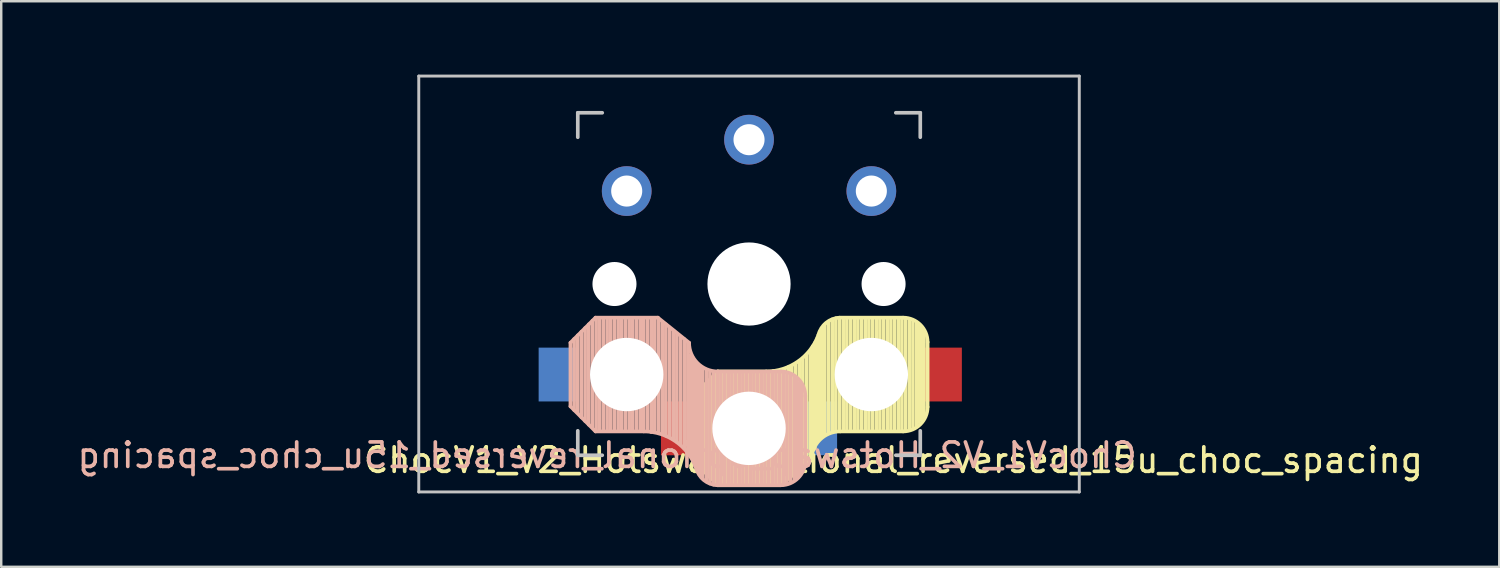
<source format=kicad_pcb>
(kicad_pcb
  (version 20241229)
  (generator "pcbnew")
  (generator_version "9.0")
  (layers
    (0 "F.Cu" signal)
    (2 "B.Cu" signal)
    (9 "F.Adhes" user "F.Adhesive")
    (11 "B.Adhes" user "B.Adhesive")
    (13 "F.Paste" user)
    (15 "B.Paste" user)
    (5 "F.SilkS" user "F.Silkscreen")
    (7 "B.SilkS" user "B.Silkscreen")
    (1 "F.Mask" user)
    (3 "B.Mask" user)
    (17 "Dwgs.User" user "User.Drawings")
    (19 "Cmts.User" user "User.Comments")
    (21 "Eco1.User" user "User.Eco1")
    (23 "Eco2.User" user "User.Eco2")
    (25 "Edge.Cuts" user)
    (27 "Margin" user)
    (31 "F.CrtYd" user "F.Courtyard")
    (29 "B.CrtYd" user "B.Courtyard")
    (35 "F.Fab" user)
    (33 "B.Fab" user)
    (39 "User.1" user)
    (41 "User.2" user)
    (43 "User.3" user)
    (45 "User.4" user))
  (footprint "ChocV1_V2_Hotswap_optional_reversed_15u_choc_spacing"
    (layer "F.Cu")
    (at 27.568 8.56)
    (property "Reference" "ChocV1_V2_Hotswap_optional_reversed_15u_choc_spacing" (at -5.8 7 0) (unlocked yes) (layer "B.SilkS") (effects (font (size 1 1) (thickness 0.15)) (justify mirror)))
    (attr through_hole)
    (fp_line (start -2.3 4.6) (end -1.275 3.575) (stroke (width 0.15) (type solid)) (layer "F.SilkS"))
    (fp_line (start -2.3 7.2) (end -2.3 4.6) (stroke (width 0.15) (type solid)) (layer "F.SilkS"))
    (fp_line (start -2.3 7.2) (end -1.275 8.225) (stroke (width 0.15) (type solid)) (layer "F.SilkS"))
    (fp_line (start -2.15 4.45) (end -2.15 7.35) (stroke (width 0.15) (type solid)) (layer "F.SilkS"))
    (fp_line (start -2 4.35) (end -2 7.5) (stroke (width 0.15) (type solid)) (layer "F.SilkS"))
    (fp_line (start -1.85 4.15) (end -1.85 7.65) (stroke (width 0.15) (type solid)) (layer "F.SilkS"))
    (fp_line (start -1.7 4) (end -1.7 7.8) (stroke (width 0.15) (type solid)) (layer "F.SilkS"))
    (fp_line (start -1.55 3.85) (end -1.55 7.95) (stroke (width 0.15) (type solid)) (layer "F.SilkS"))
    (fp_line (start -1.4 3.75) (end -1.4 8.1) (stroke (width 0.15) (type solid)) (layer "F.SilkS"))
    (fp_line (start -1.25 3.6) (end -1.25 8.2) (stroke (width 0.15) (type solid)) (layer "F.SilkS"))
    (fp_line (start -1.1 3.6) (end -1.1 8.2) (stroke (width 0.15) (type solid)) (layer "F.SilkS"))
    (fp_line (start -0.95 3.6) (end -0.95 8.2) (stroke (width 0.15) (type solid)) (layer "F.SilkS"))
    (fp_line (start -0.8 3.6) (end -0.8 8.2) (stroke (width 0.15) (type solid)) (layer "F.SilkS"))
    (fp_line (start -0.65 3.6) (end -0.65 8.2) (stroke (width 0.15) (type solid)) (layer "F.SilkS"))
    (fp_line (start -0.5 3.6) (end -0.5 8.2) (stroke (width 0.15) (type solid)) (layer "F.SilkS"))
    (fp_line (start -0.35 3.6) (end -0.35 8.2) (stroke (width 0.15) (type solid)) (layer "F.SilkS"))
    (fp_line (start -0.2 3.6) (end -0.2 8.2) (stroke (width 0.15) (type solid)) (layer "F.SilkS"))
    (fp_line (start -0.05 3.6) (end -0.05 8.2) (stroke (width 0.15) (type solid)) (layer "F.SilkS"))
    (fp_line (start 0.1 3.6) (end 0.1 8.2) (stroke (width 0.15) (type solid)) (layer "F.SilkS"))
    (fp_line (start 0.25 3.6) (end 0.25 8.2) (stroke (width 0.15) (type solid)) (layer "F.SilkS"))
    (fp_line (start 0.4 3.6) (end 0.4 8.2) (stroke (width 0.15) (type solid)) (layer "F.SilkS"))
    (fp_line (start 0.55 3.6) (end 0.55 8.2) (stroke (width 0.15) (type solid)) (layer "F.SilkS"))
    (fp_line (start 0.7 3.575) (end -1.275 3.575) (stroke (width 0.15) (type solid)) (layer "F.SilkS"))
    (fp_line (start 0.7 3.6) (end 0.7 8.2) (stroke (width 0.15) (type solid)) (layer "F.SilkS"))
    (fp_line (start 0.85 3.6) (end 0.85 8.15) (stroke (width 0.15) (type solid)) (layer "F.SilkS"))
    (fp_line (start 1 3.55) (end 1 8.2) (stroke (width 0.15) (type solid)) (layer "F.SilkS"))
    (fp_line (start 1.15 3.55) (end 1.15 8.2) (stroke (width 0.15) (type solid)) (layer "F.SilkS"))
    (fp_line (start 1.275 8.225) (end -1.275 8.225) (stroke (width 0.15) (type solid)) (layer "F.SilkS"))
    (fp_line (start 1.275 8.225) (end 2.55 7.2) (stroke (width 0.15) (type solid)) (layer "F.SilkS"))
    (fp_line (start 1.3 3.55) (end 1.3 8.15) (stroke (width 0.15) (type solid)) (layer "F.SilkS"))
    (fp_line (start 1.45 3.5) (end 1.45 8.05) (stroke (width 0.15) (type solid)) (layer "F.SilkS"))
    (fp_line (start 1.6 3.4) (end 1.6 7.95) (stroke (width 0.15) (type solid)) (layer "F.SilkS"))
    (fp_line (start 1.75 3.35) (end 1.75 7.8) (stroke (width 0.15) (type solid)) (layer "F.SilkS"))
    (fp_line (start 1.9 3.25) (end 1.9 7.7) (stroke (width 0.15) (type solid)) (layer "F.SilkS"))
    (fp_line (start 2.05 3.15) (end 2.05 7.55) (stroke (width 0.15) (type solid)) (layer "F.SilkS"))
    (fp_line (start 2.2 3.05) (end 2.2 7.45) (stroke (width 0.15) (type solid)) (layer "F.SilkS"))
    (fp_line (start 2.35 2.9) (end 2.35 7.35) (stroke (width 0.15) (type solid)) (layer "F.SilkS"))
    (fp_line (start 2.5 2.75) (end 2.5 7.2) (stroke (width 0.15) (type solid)) (layer "F.SilkS"))
    (fp_line (start 2.6 2.55) (end 2.6 6.7) (stroke (width 0.15) (type solid)) (layer "F.SilkS"))
    (fp_line (start 2.7 2.4) (end 2.7 6.55) (stroke (width 0.15) (type solid)) (layer "F.SilkS"))
    (fp_line (start 2.8 2.2) (end 2.8 6.35) (stroke (width 0.15) (type solid)) (layer "F.SilkS"))
    (fp_line (start 2.9 2.05) (end 2.9 6.25) (stroke (width 0.15) (type solid)) (layer "F.SilkS"))
    (fp_line (start 3 1.8) (end 3 6.2) (stroke (width 0.15) (type solid)) (layer "F.SilkS"))
    (fp_line (start 3.1 1.65) (end 3.1 6.15) (stroke (width 0.15) (type solid)) (layer "F.SilkS"))
    (fp_line (start 3.25 1.55) (end 3.25 6.1) (stroke (width 0.15) (type solid)) (layer "F.SilkS"))
    (fp_line (start 3.4 1.45) (end 3.4 6) (stroke (width 0.15) (type solid)) (layer "F.SilkS"))
    (fp_line (start 3.55 1.4) (end 3.55 6) (stroke (width 0.15) (type solid)) (layer "F.SilkS"))
    (fp_line (start 3.7 1.4) (end 3.7 6) (stroke (width 0.15) (type solid)) (layer "F.SilkS"))
    (fp_line (start 3.85 1.4) (end 3.85 5.95) (stroke (width 0.15) (type solid)) (layer "F.SilkS"))
    (fp_line (start 4 1.4) (end 4 6) (stroke (width 0.15) (type solid)) (layer "F.SilkS"))
    (fp_line (start 4.15 1.4) (end 4.15 6) (stroke (width 0.15) (type solid)) (layer "F.SilkS"))
    (fp_line (start 4.3 1.4) (end 4.3 6) (stroke (width 0.15) (type solid)) (layer "F.SilkS"))
    (fp_line (start 4.45 1.4) (end 4.45 6) (stroke (width 0.15) (type solid)) (layer "F.SilkS"))
    (fp_line (start 4.6 1.4) (end 4.6 6) (stroke (width 0.15) (type solid)) (layer "F.SilkS"))
    (fp_line (start 4.75 1.4) (end 4.75 6) (stroke (width 0.15) (type solid)) (layer "F.SilkS"))
    (fp_line (start 4.9 1.4) (end 4.9 6) (stroke (width 0.15) (type solid)) (layer "F.SilkS"))
    (fp_line (start 5.05 1.4) (end 5.05 6) (stroke (width 0.15) (type solid)) (layer "F.SilkS"))
    (fp_line (start 5.2 1.4) (end 5.2 6) (stroke (width 0.15) (type solid)) (layer "F.SilkS"))
    (fp_line (start 5.35 1.4) (end 5.35 6) (stroke (width 0.15) (type solid)) (layer "F.SilkS"))
    (fp_line (start 5.5 1.4) (end 5.5 6) (stroke (width 0.15) (type solid)) (layer "F.SilkS"))
    (fp_line (start 5.65 1.4) (end 5.65 6) (stroke (width 0.15) (type solid)) (layer "F.SilkS"))
    (fp_line (start 5.8 1.4) (end 5.8 6) (stroke (width 0.15) (type solid)) (layer "F.SilkS"))
    (fp_line (start 5.95 1.4) (end 5.95 6) (stroke (width 0.15) (type solid)) (layer "F.SilkS"))
    (fp_line (start 6.1 1.4) (end 6.1 6) (stroke (width 0.15) (type solid)) (layer "F.SilkS"))
    (fp_line (start 6.25 1.4) (end 6.25 6) (stroke (width 0.15) (type solid)) (layer "F.SilkS"))
    (fp_line (start 6.3 1.375) (end 3.7 1.375) (stroke (width 0.15) (type solid)) (layer "F.SilkS"))
    (fp_line (start 6.3 6.025) (end 3.725 6.025) (stroke (width 0.15) (type solid)) (layer "F.SilkS"))
    (fp_line (start 6.4 1.4) (end 6.4 5.95) (stroke (width 0.15) (type solid)) (layer "F.SilkS"))
    (fp_line (start 6.55 1.45) (end 6.55 5.95) (stroke (width 0.15) (type solid)) (layer "F.SilkS"))
    (fp_line (start 6.7 1.5) (end 6.7 5.9) (stroke (width 0.15) (type solid)) (layer "F.SilkS"))
    (fp_line (start 6.85 1.6) (end 6.85 5.8) (stroke (width 0.15) (type solid)) (layer "F.SilkS"))
    (fp_line (start 6.95 1.7) (end 6.95 5.65) (stroke (width 0.15) (type solid)) (layer "F.SilkS"))
    (fp_line (start 7.05 1.8) (end 7.05 5.55) (stroke (width 0.15) (type solid)) (layer "F.SilkS"))
    (fp_line (start 7.15 1.95) (end 7.15 5.5) (stroke (width 0.15) (type solid)) (layer "F.SilkS"))
    (fp_line (start 7.3 5.025) (end 7.3 2.375) (stroke (width 0.15) (type solid)) (layer "F.SilkS"))
    (fp_arc (start 2.55 7.2) (mid 2.89415 6.36915) (end 3.725 6.025) (stroke (width 0.15) (type solid)) (layer "F.SilkS"))
    (fp_arc (start 2.837801 2.078096) (mid 2.004887 3.163571) (end 0.7 3.575) (stroke (width 0.15) (type solid)) (layer "F.SilkS"))
    (fp_arc (start 2.837801 2.078096) (mid 3.151716 1.583979) (end 3.699005 1.376209) (stroke (width 0.15) (type solid)) (layer "F.SilkS"))
    (fp_arc (start 6.3 1.375) (mid 7.007107 1.667893) (end 7.3 2.375) (stroke (width 0.15) (type solid)) (layer "F.SilkS"))
    (fp_arc (start 7.3 5.025) (mid 7.007107 5.732107) (end 6.3 6.025) (stroke (width 0.15) (type solid)) (layer "F.SilkS"))
    (fp_line (start -7.3 2.4) (end -7.3 5) (stroke (width 0.15) (type solid)) (layer "B.SilkS"))
    (fp_line (start -7.3 2.4) (end -6.275 1.375) (stroke (width 0.15) (type solid)) (layer "B.SilkS"))
    (fp_line (start -7.3 5) (end -6.275 6.025) (stroke (width 0.15) (type solid)) (layer "B.SilkS"))
    (fp_line (start -7.15 5.15) (end -7.15 2.25) (stroke (width 0.15) (type solid)) (layer "B.SilkS"))
    (fp_line (start -7 5.25) (end -7 2.1) (stroke (width 0.15) (type solid)) (layer "B.SilkS"))
    (fp_line (start -6.85 5.45) (end -6.85 1.95) (stroke (width 0.15) (type solid)) (layer "B.SilkS"))
    (fp_line (start -6.7 5.6) (end -6.7 1.8) (stroke (width 0.15) (type solid)) (layer "B.SilkS"))
    (fp_line (start -6.55 5.75) (end -6.55 1.65) (stroke (width 0.15) (type solid)) (layer "B.SilkS"))
    (fp_line (start -6.4 5.85) (end -6.4 1.5) (stroke (width 0.15) (type solid)) (layer "B.SilkS"))
    (fp_line (start -6.25 6) (end -6.25 1.4) (stroke (width 0.15) (type solid)) (layer "B.SilkS"))
    (fp_line (start -6.1 6) (end -6.1 1.4) (stroke (width 0.15) (type solid)) (layer "B.SilkS"))
    (fp_line (start -5.95 6) (end -5.95 1.4) (stroke (width 0.15) (type solid)) (layer "B.SilkS"))
    (fp_line (start -5.8 6) (end -5.8 1.4) (stroke (width 0.15) (type solid)) (layer "B.SilkS"))
    (fp_line (start -5.65 6) (end -5.65 1.4) (stroke (width 0.15) (type solid)) (layer "B.SilkS"))
    (fp_line (start -5.5 6) (end -5.5 1.4) (stroke (width 0.15) (type solid)) (layer "B.SilkS"))
    (fp_line (start -5.35 6) (end -5.35 1.4) (stroke (width 0.15) (type solid)) (layer "B.SilkS"))
    (fp_line (start -5.2 6) (end -5.2 1.4) (stroke (width 0.15) (type solid)) (layer "B.SilkS"))
    (fp_line (start -5.05 6) (end -5.05 1.4) (stroke (width 0.15) (type solid)) (layer "B.SilkS"))
    (fp_line (start -4.9 6) (end -4.9 1.4) (stroke (width 0.15) (type solid)) (layer "B.SilkS"))
    (fp_line (start -4.75 6) (end -4.75 1.4) (stroke (width 0.15) (type solid)) (layer "B.SilkS"))
    (fp_line (start -4.6 6) (end -4.6 1.4) (stroke (width 0.15) (type solid)) (layer "B.SilkS"))
    (fp_line (start -4.45 6) (end -4.45 1.4) (stroke (width 0.15) (type solid)) (layer "B.SilkS"))
    (fp_line (start -4.3 6) (end -4.3 1.4) (stroke (width 0.15) (type solid)) (layer "B.SilkS"))
    (fp_line (start -4.3 6.025) (end -6.275 6.025) (stroke (width 0.15) (type solid)) (layer "B.SilkS"))
    (fp_line (start -4.15 6) (end -4.15 1.45) (stroke (width 0.15) (type solid)) (layer "B.SilkS"))
    (fp_line (start -4 6.05) (end -4 1.4) (stroke (width 0.15) (type solid)) (layer "B.SilkS"))
    (fp_line (start -3.85 6.05) (end -3.85 1.4) (stroke (width 0.15) (type solid)) (layer "B.SilkS"))
    (fp_line (start -3.725 1.375) (end -6.275 1.375) (stroke (width 0.15) (type solid)) (layer "B.SilkS"))
    (fp_line (start -3.725 1.375) (end -2.45 2.4) (stroke (width 0.15) (type solid)) (layer "B.SilkS"))
    (fp_line (start -3.7 6.05) (end -3.7 1.45) (stroke (width 0.15) (type solid)) (layer "B.SilkS"))
    (fp_line (start -3.55 6.1) (end -3.55 1.55) (stroke (width 0.15) (type solid)) (layer "B.SilkS"))
    (fp_line (start -3.4 6.2) (end -3.4 1.65) (stroke (width 0.15) (type solid)) (layer "B.SilkS"))
    (fp_line (start -3.25 6.25) (end -3.25 1.8) (stroke (width 0.15) (type solid)) (layer "B.SilkS"))
    (fp_line (start -3.1 6.35) (end -3.1 1.9) (stroke (width 0.15) (type solid)) (layer "B.SilkS"))
    (fp_line (start -2.95 6.45) (end -2.95 2.05) (stroke (width 0.15) (type solid)) (layer "B.SilkS"))
    (fp_line (start -2.8 6.55) (end -2.8 2.15) (stroke (width 0.15) (type solid)) (layer "B.SilkS"))
    (fp_line (start -2.65 6.7) (end -2.65 2.25) (stroke (width 0.15) (type solid)) (layer "B.SilkS"))
    (fp_line (start -2.5 6.85) (end -2.5 2.4) (stroke (width 0.15) (type solid)) (layer "B.SilkS"))
    (fp_line (start -2.4 7.05) (end -2.4 2.9) (stroke (width 0.15) (type solid)) (layer "B.SilkS"))
    (fp_line (start -2.3 7.2) (end -2.3 3.05) (stroke (width 0.15) (type solid)) (layer "B.SilkS"))
    (fp_line (start -2.2 7.4) (end -2.2 3.25) (stroke (width 0.15) (type solid)) (layer "B.SilkS"))
    (fp_line (start -2.1 7.55) (end -2.1 3.35) (stroke (width 0.15) (type solid)) (layer "B.SilkS"))
    (fp_line (start -2 7.8) (end -2 3.4) (stroke (width 0.15) (type solid)) (layer "B.SilkS"))
    (fp_line (start -1.9 7.95) (end -1.9 3.45) (stroke (width 0.15) (type solid)) (layer "B.SilkS"))
    (fp_line (start -1.75 8.05) (end -1.75 3.5) (stroke (width 0.15) (type solid)) (layer "B.SilkS"))
    (fp_line (start -1.6 8.15) (end -1.6 3.6) (stroke (width 0.15) (type solid)) (layer "B.SilkS"))
    (fp_line (start -1.45 8.2) (end -1.45 3.6) (stroke (width 0.15) (type solid)) (layer "B.SilkS"))
    (fp_line (start -1.3 8.2) (end -1.3 3.6) (stroke (width 0.15) (type solid)) (layer "B.SilkS"))
    (fp_line (start -1.15 8.2) (end -1.15 3.65) (stroke (width 0.15) (type solid)) (layer "B.SilkS"))
    (fp_line (start -1 8.2) (end -1 3.6) (stroke (width 0.15) (type solid)) (layer "B.SilkS"))
    (fp_line (start -0.85 8.2) (end -0.85 3.6) (stroke (width 0.15) (type solid)) (layer "B.SilkS"))
    (fp_line (start -0.7 8.2) (end -0.7 3.6) (stroke (width 0.15) (type solid)) (layer "B.SilkS"))
    (fp_line (start -0.55 8.2) (end -0.55 3.6) (stroke (width 0.15) (type solid)) (layer "B.SilkS"))
    (fp_line (start -0.4 8.2) (end -0.4 3.6) (stroke (width 0.15) (type solid)) (layer "B.SilkS"))
    (fp_line (start -0.25 8.2) (end -0.25 3.6) (stroke (width 0.15) (type solid)) (layer "B.SilkS"))
    (fp_line (start -0.1 8.2) (end -0.1 3.6) (stroke (width 0.15) (type solid)) (layer "B.SilkS"))
    (fp_line (start 0.05 8.2) (end 0.05 3.6) (stroke (width 0.15) (type solid)) (layer "B.SilkS"))
    (fp_line (start 0.2 8.2) (end 0.2 3.6) (stroke (width 0.15) (type solid)) (layer "B.SilkS"))
    (fp_line (start 0.35 8.2) (end 0.35 3.6) (stroke (width 0.15) (type solid)) (layer "B.SilkS"))
    (fp_line (start 0.5 8.2) (end 0.5 3.6) (stroke (width 0.15) (type solid)) (layer "B.SilkS"))
    (fp_line (start 0.65 8.2) (end 0.65 3.6) (stroke (width 0.15) (type solid)) (layer "B.SilkS"))
    (fp_line (start 0.8 8.2) (end 0.8 3.6) (stroke (width 0.15) (type solid)) (layer "B.SilkS"))
    (fp_line (start 0.95 8.2) (end 0.95 3.6) (stroke (width 0.15) (type solid)) (layer "B.SilkS"))
    (fp_line (start 1.1 8.2) (end 1.1 3.6) (stroke (width 0.15) (type solid)) (layer "B.SilkS"))
    (fp_line (start 1.25 8.2) (end 1.25 3.6) (stroke (width 0.15) (type solid)) (layer "B.SilkS"))
    (fp_line (start 1.3 3.575) (end -1.275 3.575) (stroke (width 0.15) (type solid)) (layer "B.SilkS"))
    (fp_line (start 1.3 8.225) (end -1.3 8.225) (stroke (width 0.15) (type solid)) (layer "B.SilkS"))
    (fp_line (start 1.4 8.2) (end 1.4 3.65) (stroke (width 0.15) (type solid)) (layer "B.SilkS"))
    (fp_line (start 1.55 8.15) (end 1.55 3.65) (stroke (width 0.15) (type solid)) (layer "B.SilkS"))
    (fp_line (start 1.7 8.1) (end 1.7 3.7) (stroke (width 0.15) (type solid)) (layer "B.SilkS"))
    (fp_line (start 1.85 8) (end 1.85 3.8) (stroke (width 0.15) (type solid)) (layer "B.SilkS"))
    (fp_line (start 1.95 7.9) (end 1.95 3.95) (stroke (width 0.15) (type solid)) (layer "B.SilkS"))
    (fp_line (start 2.05 7.8) (end 2.05 4.05) (stroke (width 0.15) (type solid)) (layer "B.SilkS"))
    (fp_line (start 2.15 7.65) (end 2.15 4.1) (stroke (width 0.15) (type solid)) (layer "B.SilkS"))
    (fp_line (start 2.3 4.575) (end 2.3 7.225) (stroke (width 0.15) (type solid)) (layer "B.SilkS"))
    (fp_arc (start -4.3 6.025) (mid -2.995114 6.436429) (end -2.162199 7.521904) (stroke (width 0.15) (type solid)) (layer "B.SilkS"))
    (fp_arc (start -1.300995 8.223791) (mid -1.848286 8.016021) (end -2.162199 7.521904) (stroke (width 0.15) (type solid)) (layer "B.SilkS"))
    (fp_arc (start -1.275 3.575) (mid -2.10585 3.23085) (end -2.45 2.4) (stroke (width 0.15) (type solid)) (layer "B.SilkS"))
    (fp_arc (start 1.3 3.575) (mid 2.007107 3.867893) (end 2.3 4.575) (stroke (width 0.15) (type solid)) (layer "B.SilkS"))
    (fp_arc (start 2.3 7.225) (mid 2.007107 7.932107) (end 1.3 8.225) (stroke (width 0.15) (type solid)) (layer "B.SilkS"))
    (fp_line (start -13.5 -8.5) (end -13.5 8.5) (stroke (width 0.12) (type solid)) (layer "Dwgs.User"))
    (fp_line (start -13.5 -8.5) (end 13.5 -8.5) (stroke (width 0.12) (type solid)) (layer "Dwgs.User"))
    (fp_line (start -7 -7) (end -6 -7) (stroke (width 0.15) (type solid)) (layer "Dwgs.User"))
    (fp_line (start -7 -6) (end -7 -7) (stroke (width 0.15) (type solid)) (layer "Dwgs.User"))
    (fp_line (start -7 7) (end -7 6) (stroke (width 0.15) (type solid)) (layer "Dwgs.User"))
    (fp_line (start -6 7) (end -7 7) (stroke (width 0.15) (type solid)) (layer "Dwgs.User"))
    (fp_line (start 6 7) (end 7 7) (stroke (width 0.15) (type solid)) (layer "Dwgs.User"))
    (fp_line (start 7 -7) (end 6 -7) (stroke (width 0.15) (type solid)) (layer "Dwgs.User"))
    (fp_line (start 7 -6) (end 7 -7) (stroke (width 0.15) (type solid)) (layer "Dwgs.User"))
    (fp_line (start 7 7) (end 7 6) (stroke (width 0.15) (type solid)) (layer "Dwgs.User"))
    (fp_line (start 13.5 -8.5) (end 13.5 8.5) (stroke (width 0.12) (type solid)) (layer "Dwgs.User"))
    (fp_line (start 13.5 8.5) (end -13.5 8.5) (stroke (width 0.12) (type solid)) (layer "Dwgs.User"))
    (fp_text user "${REFERENCE}" (at 5.9 7.2 0) (unlocked yes) (layer "F.SilkS") (effects (font (size 1 1) (thickness 0.15))))
    (pad "" np_thru_hole circle (at -5.5 0 90) (size 1.8 1.8) (drill 1.8) (layers "*.Cu" "*.Mask"))
    (pad "" np_thru_hole circle (at -5 3.7 90) (size 3 3) (drill 3) (layers "*.Cu" "*.Mask"))
    (pad "" np_thru_hole circle (at 0 0 90) (size 3.4 3.4) (drill 3.4) (layers "*.Cu" "*.Mask"))
    (pad "" np_thru_hole circle (at 0 5.9 90) (size 3 3) (drill 3) (layers "*.Cu" "*.Mask"))
    (pad "" np_thru_hole circle (at 5 3.7 270) (size 3 3) (drill 3) (layers "*.Cu" "*.Mask"))
    (pad "" np_thru_hole circle (at 5.5 0 90) (size 1.8 1.8) (drill 1.8) (layers "*.Cu" "*.Mask"))
    (pad "1" smd rect (at -7.8 3.7 180) (size 1.6 2.2) (layers "B.Cu" "B.Mask" "B.Paste"))
    (pad "1" thru_hole circle (at 0 -5.9 180) (size 2.032 2.032) (drill 1.27) (layers "*.Cu" "*.Mask"))
    (pad "1" smd rect (at 7.9 3.7 180) (size 1.6 2.2) (layers "F.Cu" "F.Mask" "F.Paste"))
    (pad "2" thru_hole circle (at -5 -3.8 180) (size 2.032 2.032) (drill 1.27) (layers "*.Cu" "*.Mask"))
    (pad "2" smd rect (at -2.8 5.9 180) (size 1.6 2.2) (layers "F.Cu" "F.Mask" "F.Paste"))
    (pad "2" smd rect (at 2.8 5.9 180) (size 1.6 2.2) (layers "B.Cu" "B.Mask" "B.Paste"))
    (pad "2" thru_hole circle (at 5 -3.8 180) (size 2.032 2.032) (drill 1.27) (layers "*.Cu" "*.Mask")))
  (gr_rect
    (start -3 -3)
    (end 58.236 20.12)
    (stroke (width 0.1) (type default))
    (fill no)
    (layer "Edge.Cuts")))
</source>
